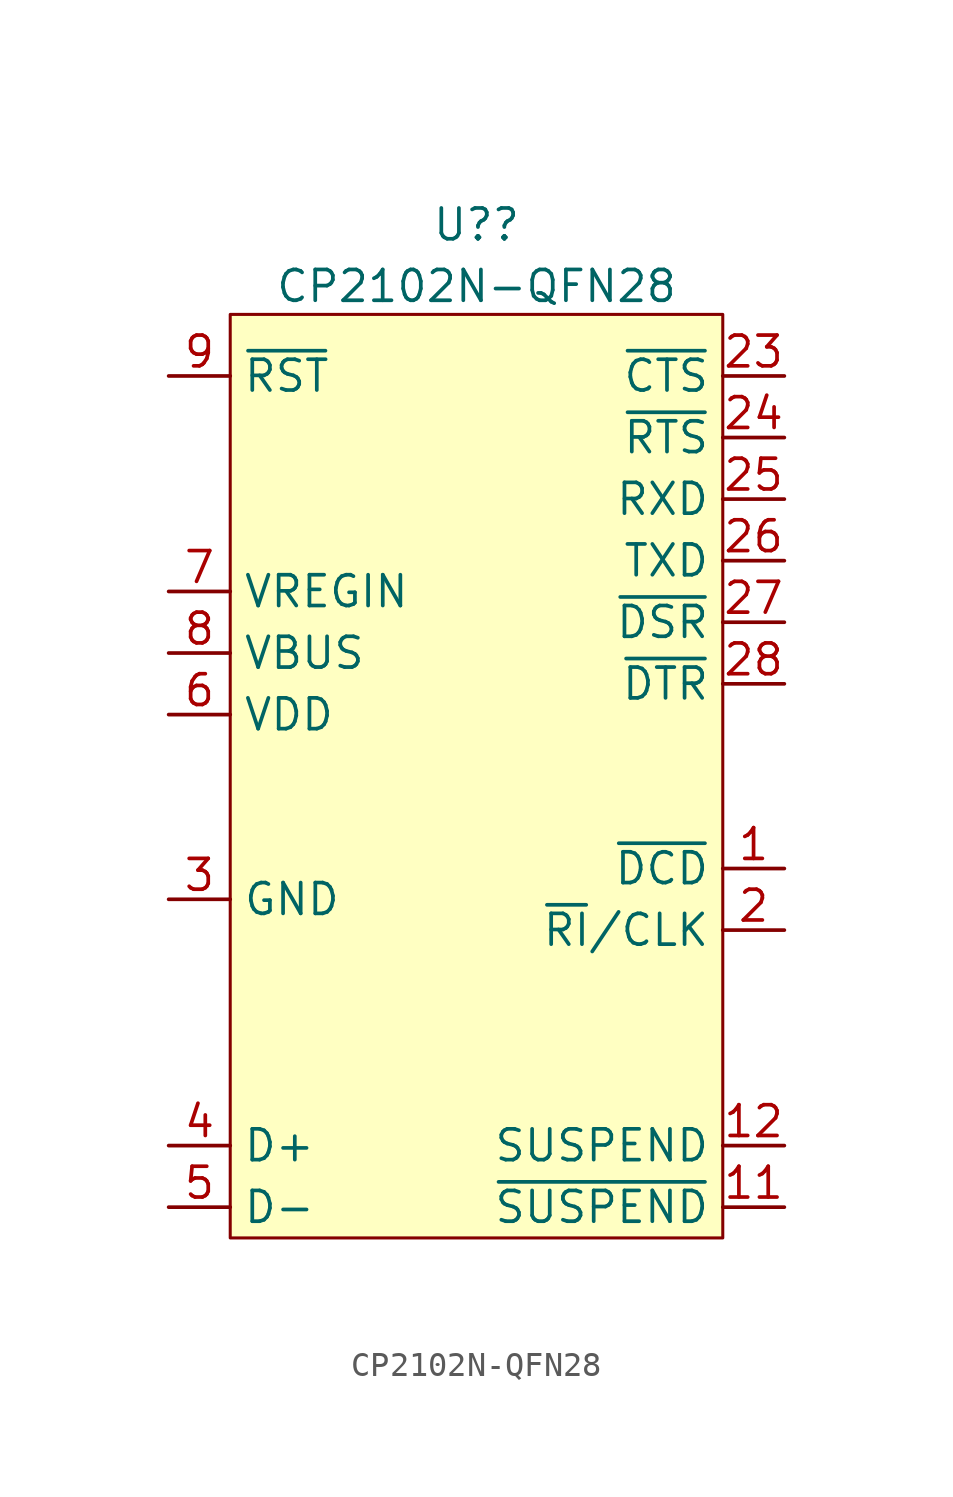
<source format=kicad_sym>
(kicad_symbol_lib
  (version 20211014)
  (generator kicad_symbol_editor)
  (symbol "CP2102N-QFN28"
    (property "Reference" "U?"
      (at 0 34.18 0)
      (effects (font (size 1.27 1.27))))
    (property "Value" "CP2102N-QFN28"
      (at 0 31.643 0)
      (effects (font (size 1.27 1.27))))
    (symbol "CP2102N-QFN28_0_1"
      (rectangle (start -10.16 30.48) (end 10.16 -7.62) (stroke (width 0.125) (type default) (color 0 0 0 0)) (fill (type background))))
    (symbol "CP2102N-QFN28_1_1"
      (pin input line (at 12.7 7.62 180) (length 2.54) (name "~{DCD}" (effects (font (size 1.27 1.27)))) (number "1" (effects (font (size 1.27 1.27)))))
      (pin no_connect line (at -0.635 20.955 0) (length 2.54) hide (name "NC" (effects (font (size 1.27 1.27)))) (number "10" (effects (font (size 1.27 1.27)))))
      (pin output line (at 12.7 -6.35 180) (length 2.54) (name "~{SUSPEND}" (effects (font (size 1.27 1.27)))) (number "11" (effects (font (size 1.27 1.27)))))
      (pin output line (at 12.7 -3.81 180) (length 2.54) (name "SUSPEND" (effects (font (size 1.27 1.27)))) (number "12" (effects (font (size 1.27 1.27)))))
      (pin no_connect line (at -0.635 23.495 0) (length 2.54) hide (name "NC" (effects (font (size 1.27 1.27)))) (number "13" (effects (font (size 1.27 1.27)))))
      (pin no_connect line (at -0.635 18.415 0) (length 2.54) hide (name "NC" (effects (font (size 1.27 1.27)))) (number "14" (effects (font (size 1.27 1.27)))))
      (pin no_connect line (at -0.635 15.875 0) (length 2.54) hide (name "NC" (effects (font (size 1.27 1.27)))) (number "15" (effects (font (size 1.27 1.27)))))
      (pin no_connect line (at -0.635 13.335 0) (length 2.54) hide (name "NC" (effects (font (size 1.27 1.27)))) (number "16" (effects (font (size 1.27 1.27)))))
      (pin no_connect line (at -0.635 10.795 0) (length 2.54) hide (name "NC" (effects (font (size 1.27 1.27)))) (number "17" (effects (font (size 1.27 1.27)))))
      (pin no_connect line (at -0.635 8.255 0) (length 2.54) hide (name "NC" (effects (font (size 1.27 1.27)))) (number "18" (effects (font (size 1.27 1.27)))))
      (pin no_connect line (at -0.635 5.715 0) (length 2.54) hide (name "NC" (effects (font (size 1.27 1.27)))) (number "19" (effects (font (size 1.27 1.27)))))
      (pin bidirectional line (at 12.7 5.08 180) (length 2.54) (name "~{RI}/CLK" (effects (font (size 1.27 1.27)))) (number "2" (effects (font (size 1.27 1.27)))))
      (pin no_connect line (at -0.635 3.175 0) (length 2.54) hide (name "NC" (effects (font (size 1.27 1.27)))) (number "20" (effects (font (size 1.27 1.27)))))
      (pin no_connect line (at -0.635 0.635 0) (length 2.54) hide (name "NC" (effects (font (size 1.27 1.27)))) (number "21" (effects (font (size 1.27 1.27)))))
      (pin no_connect line (at -0.635 -1.905 0) (length 2.54) hide (name "NC" (effects (font (size 1.27 1.27)))) (number "22" (effects (font (size 1.27 1.27)))))
      (pin input line (at 12.7 27.94 180) (length 2.54) (name "~{CTS}" (effects (font (size 1.27 1.27)))) (number "23" (effects (font (size 1.27 1.27)))))
      (pin output line (at 12.7 25.4 180) (length 2.54) (name "~{RTS}" (effects (font (size 1.27 1.27)))) (number "24" (effects (font (size 1.27 1.27)))))
      (pin input line (at 12.7 22.86 180) (length 2.54) (name "RXD" (effects (font (size 1.27 1.27)))) (number "25" (effects (font (size 1.27 1.27)))))
      (pin output line (at 12.7 20.32 180) (length 2.54) (name "TXD" (effects (font (size 1.27 1.27)))) (number "26" (effects (font (size 1.27 1.27)))))
      (pin input line (at 12.7 17.78 180) (length 2.54) (name "~{DSR}" (effects (font (size 1.27 1.27)))) (number "27" (effects (font (size 1.27 1.27)))))
      (pin output line (at 12.7 15.24 180) (length 2.54) (name "~{DTR}" (effects (font (size 1.27 1.27)))) (number "28" (effects (font (size 1.27 1.27)))))
      (pin power_in line (at -12.7 6.35 0) (length 2.54) hide (name "GND" (effects (font (size 1.27 1.27)))) (number "29" (effects (font (size 1.27 1.27)))))
      (pin power_in line (at -12.7 6.35 0) (length 2.54) (name "GND" (effects (font (size 1.27 1.27)))) (number "3" (effects (font (size 1.27 1.27)))))
      (pin bidirectional line (at -12.7 -3.81 0) (length 2.54) (name "D+" (effects (font (size 1.27 1.27)))) (number "4" (effects (font (size 1.27 1.27)))))
      (pin bidirectional line (at -12.7 -6.35 0) (length 2.54) (name "D-" (effects (font (size 1.27 1.27)))) (number "5" (effects (font (size 1.27 1.27)))))
      (pin output line (at -12.7 13.97 0) (length 2.54) (name "VDD" (effects (font (size 1.27 1.27)))) (number "6" (effects (font (size 1.27 1.27)))))
      (pin power_in line (at -12.7 19.05 0) (length 2.54) (name "VREGIN" (effects (font (size 1.27 1.27)))) (number "7" (effects (font (size 1.27 1.27)))))
      (pin input line (at -12.7 16.51 0) (length 2.54) (name "VBUS" (effects (font (size 1.27 1.27)))) (number "8" (effects (font (size 1.27 1.27)))))
      (pin input line (at -12.7 27.94 0) (length 2.54) (name "~{RST}" (effects (font (size 1.27 1.27)))) (number "9" (effects (font (size 1.27 1.27))))))))
</source>
